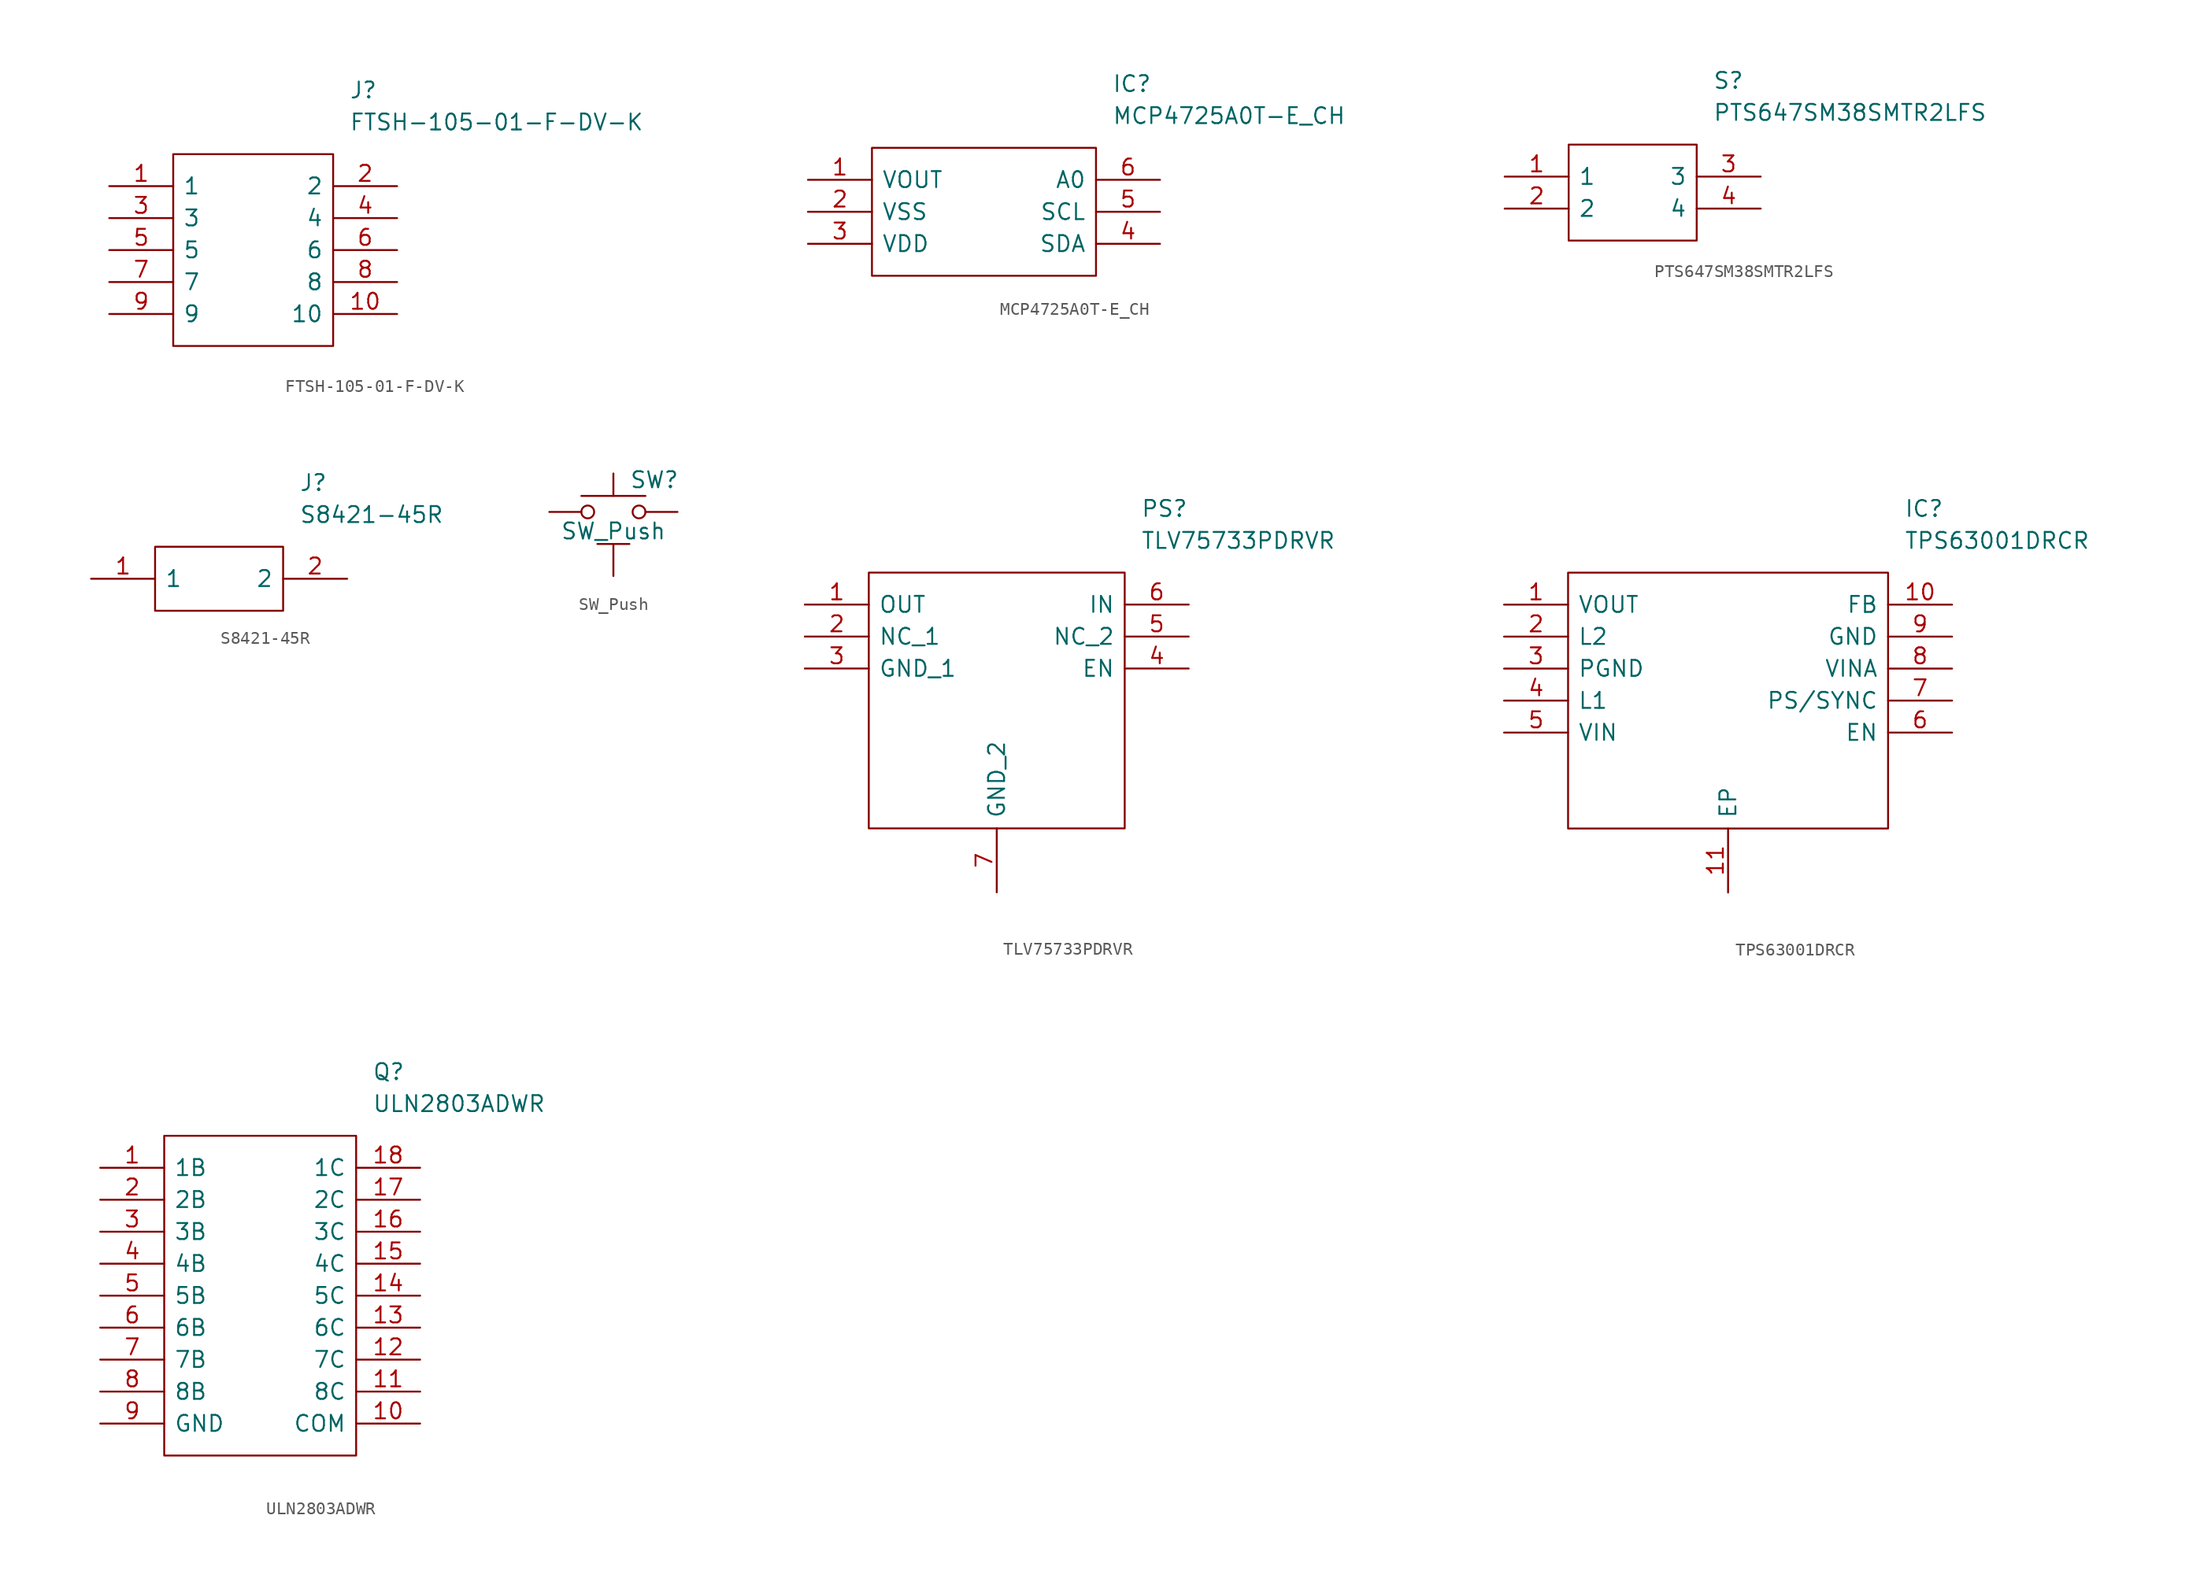
<source format=kicad_sym>
(kicad_symbol_lib
  (version 20211014)
  (generator kicad_symbol_editor)
  (symbol "FTSH-105-01-F-DV-K"
    (pin_names
      (offset 0.762))
    (property "Reference" "J"
      (at 19.05 7.62 0)
      (effects (font (size 1.27 1.27)) (justify left)))
    (property "Value" "FTSH-105-01-F-DV-K"
      (at 19.05 5.08 0)
      (effects (font (size 1.27 1.27)) (justify left)))
    (symbol "FTSH-105-01-F-DV-K_0_0"
      (pin passive line (at 0 0 0) (length 5.08) (name "1" (effects (font (size 1.27 1.27)))) (number "1" (effects (font (size 1.27 1.27)))))
      (pin passive line (at 22.86 -10.16 180) (length 5.08) (name "10" (effects (font (size 1.27 1.27)))) (number "10" (effects (font (size 1.27 1.27)))))
      (pin passive line (at 22.86 0 180) (length 5.08) (name "2" (effects (font (size 1.27 1.27)))) (number "2" (effects (font (size 1.27 1.27)))))
      (pin passive line (at 0 -2.54 0) (length 5.08) (name "3" (effects (font (size 1.27 1.27)))) (number "3" (effects (font (size 1.27 1.27)))))
      (pin passive line (at 22.86 -2.54 180) (length 5.08) (name "4" (effects (font (size 1.27 1.27)))) (number "4" (effects (font (size 1.27 1.27)))))
      (pin passive line (at 0 -5.08 0) (length 5.08) (name "5" (effects (font (size 1.27 1.27)))) (number "5" (effects (font (size 1.27 1.27)))))
      (pin passive line (at 22.86 -5.08 180) (length 5.08) (name "6" (effects (font (size 1.27 1.27)))) (number "6" (effects (font (size 1.27 1.27)))))
      (pin passive line (at 0 -7.62 0) (length 5.08) (name "7" (effects (font (size 1.27 1.27)))) (number "7" (effects (font (size 1.27 1.27)))))
      (pin passive line (at 22.86 -7.62 180) (length 5.08) (name "8" (effects (font (size 1.27 1.27)))) (number "8" (effects (font (size 1.27 1.27)))))
      (pin passive line (at 0 -10.16 0) (length 5.08) (name "9" (effects (font (size 1.27 1.27)))) (number "9" (effects (font (size 1.27 1.27))))))
    (symbol "FTSH-105-01-F-DV-K_0_1"
      (polyline (pts (xy 5.08 2.54) (xy 17.78 2.54) (xy 17.78 -12.7) (xy 5.08 -12.7) (xy 5.08 2.54)) (stroke (width 0.152) (type default) (color 0 0 0 0)) (fill (type none)))))
  (symbol "MCP4725A0T-E_CH"
    (pin_names
      (offset 0.762))
    (property "Reference" "IC"
      (at 24.13 7.62 0)
      (effects (font (size 1.27 1.27)) (justify left)))
    (property "Value" "MCP4725A0T-E_CH"
      (at 24.13 5.08 0)
      (effects (font (size 1.27 1.27)) (justify left)))
    (symbol "MCP4725A0T-E_CH_0_0"
      (pin passive line (at 0 0 0) (length 5.08) (name "VOUT" (effects (font (size 1.27 1.27)))) (number "1" (effects (font (size 1.27 1.27)))))
      (pin passive line (at 0 -2.54 0) (length 5.08) (name "VSS" (effects (font (size 1.27 1.27)))) (number "2" (effects (font (size 1.27 1.27)))))
      (pin passive line (at 0 -5.08 0) (length 5.08) (name "VDD" (effects (font (size 1.27 1.27)))) (number "3" (effects (font (size 1.27 1.27)))))
      (pin passive line (at 27.94 -5.08 180) (length 5.08) (name "SDA" (effects (font (size 1.27 1.27)))) (number "4" (effects (font (size 1.27 1.27)))))
      (pin passive line (at 27.94 -2.54 180) (length 5.08) (name "SCL" (effects (font (size 1.27 1.27)))) (number "5" (effects (font (size 1.27 1.27)))))
      (pin passive line (at 27.94 0 180) (length 5.08) (name "A0" (effects (font (size 1.27 1.27)))) (number "6" (effects (font (size 1.27 1.27))))))
    (symbol "MCP4725A0T-E_CH_0_1"
      (polyline (pts (xy 5.08 2.54) (xy 22.86 2.54) (xy 22.86 -7.62) (xy 5.08 -7.62) (xy 5.08 2.54)) (stroke (width 0.152) (type default) (color 0 0 0 0)) (fill (type none)))))
  (symbol "PTS647SM38SMTR2LFS"
    (pin_names
      (offset 0.762))
    (property "Reference" "S"
      (at 16.51 7.62 0)
      (effects (font (size 1.27 1.27)) (justify left)))
    (property "Value" "PTS647SM38SMTR2LFS"
      (at 16.51 5.08 0)
      (effects (font (size 1.27 1.27)) (justify left)))
    (symbol "PTS647SM38SMTR2LFS_0_0"
      (pin bidirectional line (at 0 0 0) (length 5.08) (name "1" (effects (font (size 1.27 1.27)))) (number "1" (effects (font (size 1.27 1.27)))))
      (pin bidirectional line (at 0 -2.54 0) (length 5.08) (name "2" (effects (font (size 1.27 1.27)))) (number "2" (effects (font (size 1.27 1.27)))))
      (pin bidirectional line (at 20.32 0 180) (length 5.08) (name "3" (effects (font (size 1.27 1.27)))) (number "3" (effects (font (size 1.27 1.27)))))
      (pin bidirectional line (at 20.32 -2.54 180) (length 5.08) (name "4" (effects (font (size 1.27 1.27)))) (number "4" (effects (font (size 1.27 1.27))))))
    (symbol "PTS647SM38SMTR2LFS_0_1"
      (polyline (pts (xy 5.08 2.54) (xy 15.24 2.54) (xy 15.24 -5.08) (xy 5.08 -5.08) (xy 5.08 2.54)) (stroke (width 0.152) (type default) (color 0 0 0 0)) (fill (type none)))))
  (symbol "S8421-45R"
    (pin_names
      (offset 0.762))
    (property "Reference" "J"
      (at 16.51 7.62 0)
      (effects (font (size 1.27 1.27)) (justify left)))
    (property "Value" "S8421-45R"
      (at 16.51 5.08 0)
      (effects (font (size 1.27 1.27)) (justify left)))
    (symbol "S8421-45R_0_0"
      (pin bidirectional line (at 0 0 0) (length 5.08) (name "1" (effects (font (size 1.27 1.27)))) (number "1" (effects (font (size 1.27 1.27)))))
      (pin bidirectional line (at 20.32 0 180) (length 5.08) (name "2" (effects (font (size 1.27 1.27)))) (number "2" (effects (font (size 1.27 1.27))))))
    (symbol "S8421-45R_0_1"
      (polyline (pts (xy 5.08 2.54) (xy 15.24 2.54) (xy 15.24 -2.54) (xy 5.08 -2.54) (xy 5.08 2.54)) (stroke (width 0.152) (type default) (color 0 0 0 0)) (fill (type none)))))
  (symbol "SW_Push"
    (pin_numbers hide)
    (pin_names
      (offset 1.016) hide)
    (property "Reference" "SW"
      (at 1.27 2.54 0)
      (effects (font (size 1.27 1.27)) (justify left)))
    (property "Value" "SW_Push"
      (at 0 -1.524 0)
      (effects (font (size 1.27 1.27))))
    (symbol "SW_Push_0_1"
      (circle (center -2.032 0) (radius 0.508) (stroke (width 0) (type default) (color 0 0 0 0)) (fill (type none)))
      (rectangle (start -1.27 -2.54) (end 1.27 -2.54) (stroke (width 0) (type default) (color 0 0 0 0)) (fill (type none)))
      (polyline (pts (xy 0 1.27) (xy 0 3.048)) (stroke (width 0) (type default) (color 0 0 0 0)) (fill (type none)))
      (polyline (pts (xy 2.54 1.27) (xy -2.54 1.27)) (stroke (width 0) (type default) (color 0 0 0 0)) (fill (type none)))
      (circle (center 2.032 0) (radius 0.508) (stroke (width 0) (type default) (color 0 0 0 0)) (fill (type none)))
      (pin passive line (at -5.08 0 0) (length 2.54) (name "1" (effects (font (size 1.27 1.27)))) (number "1" (effects (font (size 1.27 1.27)))))
      (pin passive line (at 5.08 0 180) (length 2.54) (name "2" (effects (font (size 1.27 1.27)))) (number "2" (effects (font (size 1.27 1.27))))))
    (symbol "SW_Push_1_1"
      (pin passive line (at 0 -5.08 90) (length 2.54) (name "3" (effects (font (size 1.27 1.27)))) (number "3" (effects (font (size 1.27 1.27)))))))
  (symbol "TLV75733PDRVR"
    (pin_names
      (offset 0.762))
    (property "Reference" "PS"
      (at 26.67 7.62 0)
      (effects (font (size 1.27 1.27)) (justify left)))
    (property "Value" "TLV75733PDRVR"
      (at 26.67 5.08 0)
      (effects (font (size 1.27 1.27)) (justify left)))
    (symbol "TLV75733PDRVR_0_0"
      (pin output line (at 0 0 0) (length 5.08) (name "OUT" (effects (font (size 1.27 1.27)))) (number "1" (effects (font (size 1.27 1.27)))))
      (pin passive line (at 0 -2.54 0) (length 5.08) (name "NC_1" (effects (font (size 1.27 1.27)))) (number "2" (effects (font (size 1.27 1.27)))))
      (pin power_in line (at 0 -5.08 0) (length 5.08) (name "GND_1" (effects (font (size 1.27 1.27)))) (number "3" (effects (font (size 1.27 1.27)))))
      (pin input line (at 30.48 -5.08 180) (length 5.08) (name "EN" (effects (font (size 1.27 1.27)))) (number "4" (effects (font (size 1.27 1.27)))))
      (pin passive line (at 30.48 -2.54 180) (length 5.08) (name "NC_2" (effects (font (size 1.27 1.27)))) (number "5" (effects (font (size 1.27 1.27)))))
      (pin power_in line (at 30.48 0 180) (length 5.08) (name "IN" (effects (font (size 1.27 1.27)))) (number "6" (effects (font (size 1.27 1.27)))))
      (pin power_in line (at 15.24 -22.86 90) (length 5.08) (name "GND_2" (effects (font (size 1.27 1.27)))) (number "7" (effects (font (size 1.27 1.27))))))
    (symbol "TLV75733PDRVR_0_1"
      (polyline (pts (xy 5.08 2.54) (xy 25.4 2.54) (xy 25.4 -17.78) (xy 5.08 -17.78) (xy 5.08 2.54)) (stroke (width 0.152) (type default) (color 0 0 0 0)) (fill (type none)))))
  (symbol "TPS63001DRCR"
    (pin_names
      (offset 0.762))
    (property "Reference" "IC"
      (at 31.75 7.62 0)
      (effects (font (size 1.27 1.27)) (justify left)))
    (property "Value" "TPS63001DRCR"
      (at 31.75 5.08 0)
      (effects (font (size 1.27 1.27)) (justify left)))
    (symbol "TPS63001DRCR_0_0"
      (pin unspecified line (at 0 0 0) (length 5.08) (name "VOUT" (effects (font (size 1.27 1.27)))) (number "1" (effects (font (size 1.27 1.27)))))
      (pin unspecified line (at 35.56 0 180) (length 5.08) (name "FB" (effects (font (size 1.27 1.27)))) (number "10" (effects (font (size 1.27 1.27)))))
      (pin unspecified line (at 17.78 -22.86 90) (length 5.08) (name "EP" (effects (font (size 1.27 1.27)))) (number "11" (effects (font (size 1.27 1.27)))))
      (pin unspecified line (at 0 -2.54 0) (length 5.08) (name "L2" (effects (font (size 1.27 1.27)))) (number "2" (effects (font (size 1.27 1.27)))))
      (pin unspecified line (at 0 -5.08 0) (length 5.08) (name "PGND" (effects (font (size 1.27 1.27)))) (number "3" (effects (font (size 1.27 1.27)))))
      (pin unspecified line (at 0 -7.62 0) (length 5.08) (name "L1" (effects (font (size 1.27 1.27)))) (number "4" (effects (font (size 1.27 1.27)))))
      (pin unspecified line (at 0 -10.16 0) (length 5.08) (name "VIN" (effects (font (size 1.27 1.27)))) (number "5" (effects (font (size 1.27 1.27)))))
      (pin unspecified line (at 35.56 -10.16 180) (length 5.08) (name "EN" (effects (font (size 1.27 1.27)))) (number "6" (effects (font (size 1.27 1.27)))))
      (pin unspecified line (at 35.56 -7.62 180) (length 5.08) (name "PS/SYNC" (effects (font (size 1.27 1.27)))) (number "7" (effects (font (size 1.27 1.27)))))
      (pin unspecified line (at 35.56 -5.08 180) (length 5.08) (name "VINA" (effects (font (size 1.27 1.27)))) (number "8" (effects (font (size 1.27 1.27)))))
      (pin unspecified line (at 35.56 -2.54 180) (length 5.08) (name "GND" (effects (font (size 1.27 1.27)))) (number "9" (effects (font (size 1.27 1.27))))))
    (symbol "TPS63001DRCR_0_1"
      (polyline (pts (xy 5.08 2.54) (xy 30.48 2.54) (xy 30.48 -17.78) (xy 5.08 -17.78) (xy 5.08 2.54)) (stroke (width 0.152) (type default) (color 0 0 0 0)) (fill (type none)))))
  (symbol "ULN2803ADWR"
    (pin_names
      (offset 0.762))
    (property "Reference" "Q"
      (at 21.59 7.62 0)
      (effects (font (size 1.27 1.27)) (justify left)))
    (property "Value" "ULN2803ADWR"
      (at 21.59 5.08 0)
      (effects (font (size 1.27 1.27)) (justify left)))
    (symbol "ULN2803ADWR_0_0"
      (pin bidirectional line (at 0 0 0) (length 5.08) (name "1B" (effects (font (size 1.27 1.27)))) (number "1" (effects (font (size 1.27 1.27)))))
      (pin bidirectional line (at 25.4 -20.32 180) (length 5.08) (name "COM" (effects (font (size 1.27 1.27)))) (number "10" (effects (font (size 1.27 1.27)))))
      (pin bidirectional line (at 25.4 -17.78 180) (length 5.08) (name "8C" (effects (font (size 1.27 1.27)))) (number "11" (effects (font (size 1.27 1.27)))))
      (pin bidirectional line (at 25.4 -15.24 180) (length 5.08) (name "7C" (effects (font (size 1.27 1.27)))) (number "12" (effects (font (size 1.27 1.27)))))
      (pin bidirectional line (at 25.4 -12.7 180) (length 5.08) (name "6C" (effects (font (size 1.27 1.27)))) (number "13" (effects (font (size 1.27 1.27)))))
      (pin bidirectional line (at 25.4 -10.16 180) (length 5.08) (name "5C" (effects (font (size 1.27 1.27)))) (number "14" (effects (font (size 1.27 1.27)))))
      (pin bidirectional line (at 25.4 -7.62 180) (length 5.08) (name "4C" (effects (font (size 1.27 1.27)))) (number "15" (effects (font (size 1.27 1.27)))))
      (pin bidirectional line (at 25.4 -5.08 180) (length 5.08) (name "3C" (effects (font (size 1.27 1.27)))) (number "16" (effects (font (size 1.27 1.27)))))
      (pin bidirectional line (at 25.4 -2.54 180) (length 5.08) (name "2C" (effects (font (size 1.27 1.27)))) (number "17" (effects (font (size 1.27 1.27)))))
      (pin bidirectional line (at 25.4 0 180) (length 5.08) (name "1C" (effects (font (size 1.27 1.27)))) (number "18" (effects (font (size 1.27 1.27)))))
      (pin bidirectional line (at 0 -2.54 0) (length 5.08) (name "2B" (effects (font (size 1.27 1.27)))) (number "2" (effects (font (size 1.27 1.27)))))
      (pin bidirectional line (at 0 -5.08 0) (length 5.08) (name "3B" (effects (font (size 1.27 1.27)))) (number "3" (effects (font (size 1.27 1.27)))))
      (pin bidirectional line (at 0 -7.62 0) (length 5.08) (name "4B" (effects (font (size 1.27 1.27)))) (number "4" (effects (font (size 1.27 1.27)))))
      (pin bidirectional line (at 0 -10.16 0) (length 5.08) (name "5B" (effects (font (size 1.27 1.27)))) (number "5" (effects (font (size 1.27 1.27)))))
      (pin bidirectional line (at 0 -12.7 0) (length 5.08) (name "6B" (effects (font (size 1.27 1.27)))) (number "6" (effects (font (size 1.27 1.27)))))
      (pin bidirectional line (at 0 -15.24 0) (length 5.08) (name "7B" (effects (font (size 1.27 1.27)))) (number "7" (effects (font (size 1.27 1.27)))))
      (pin bidirectional line (at 0 -17.78 0) (length 5.08) (name "8B" (effects (font (size 1.27 1.27)))) (number "8" (effects (font (size 1.27 1.27)))))
      (pin bidirectional line (at 0 -20.32 0) (length 5.08) (name "GND" (effects (font (size 1.27 1.27)))) (number "9" (effects (font (size 1.27 1.27))))))
    (symbol "ULN2803ADWR_0_1"
      (polyline (pts (xy 5.08 2.54) (xy 20.32 2.54) (xy 20.32 -22.86) (xy 5.08 -22.86) (xy 5.08 2.54)) (stroke (width 0.152) (type default) (color 0 0 0 0)) (fill (type none))))))
</source>
